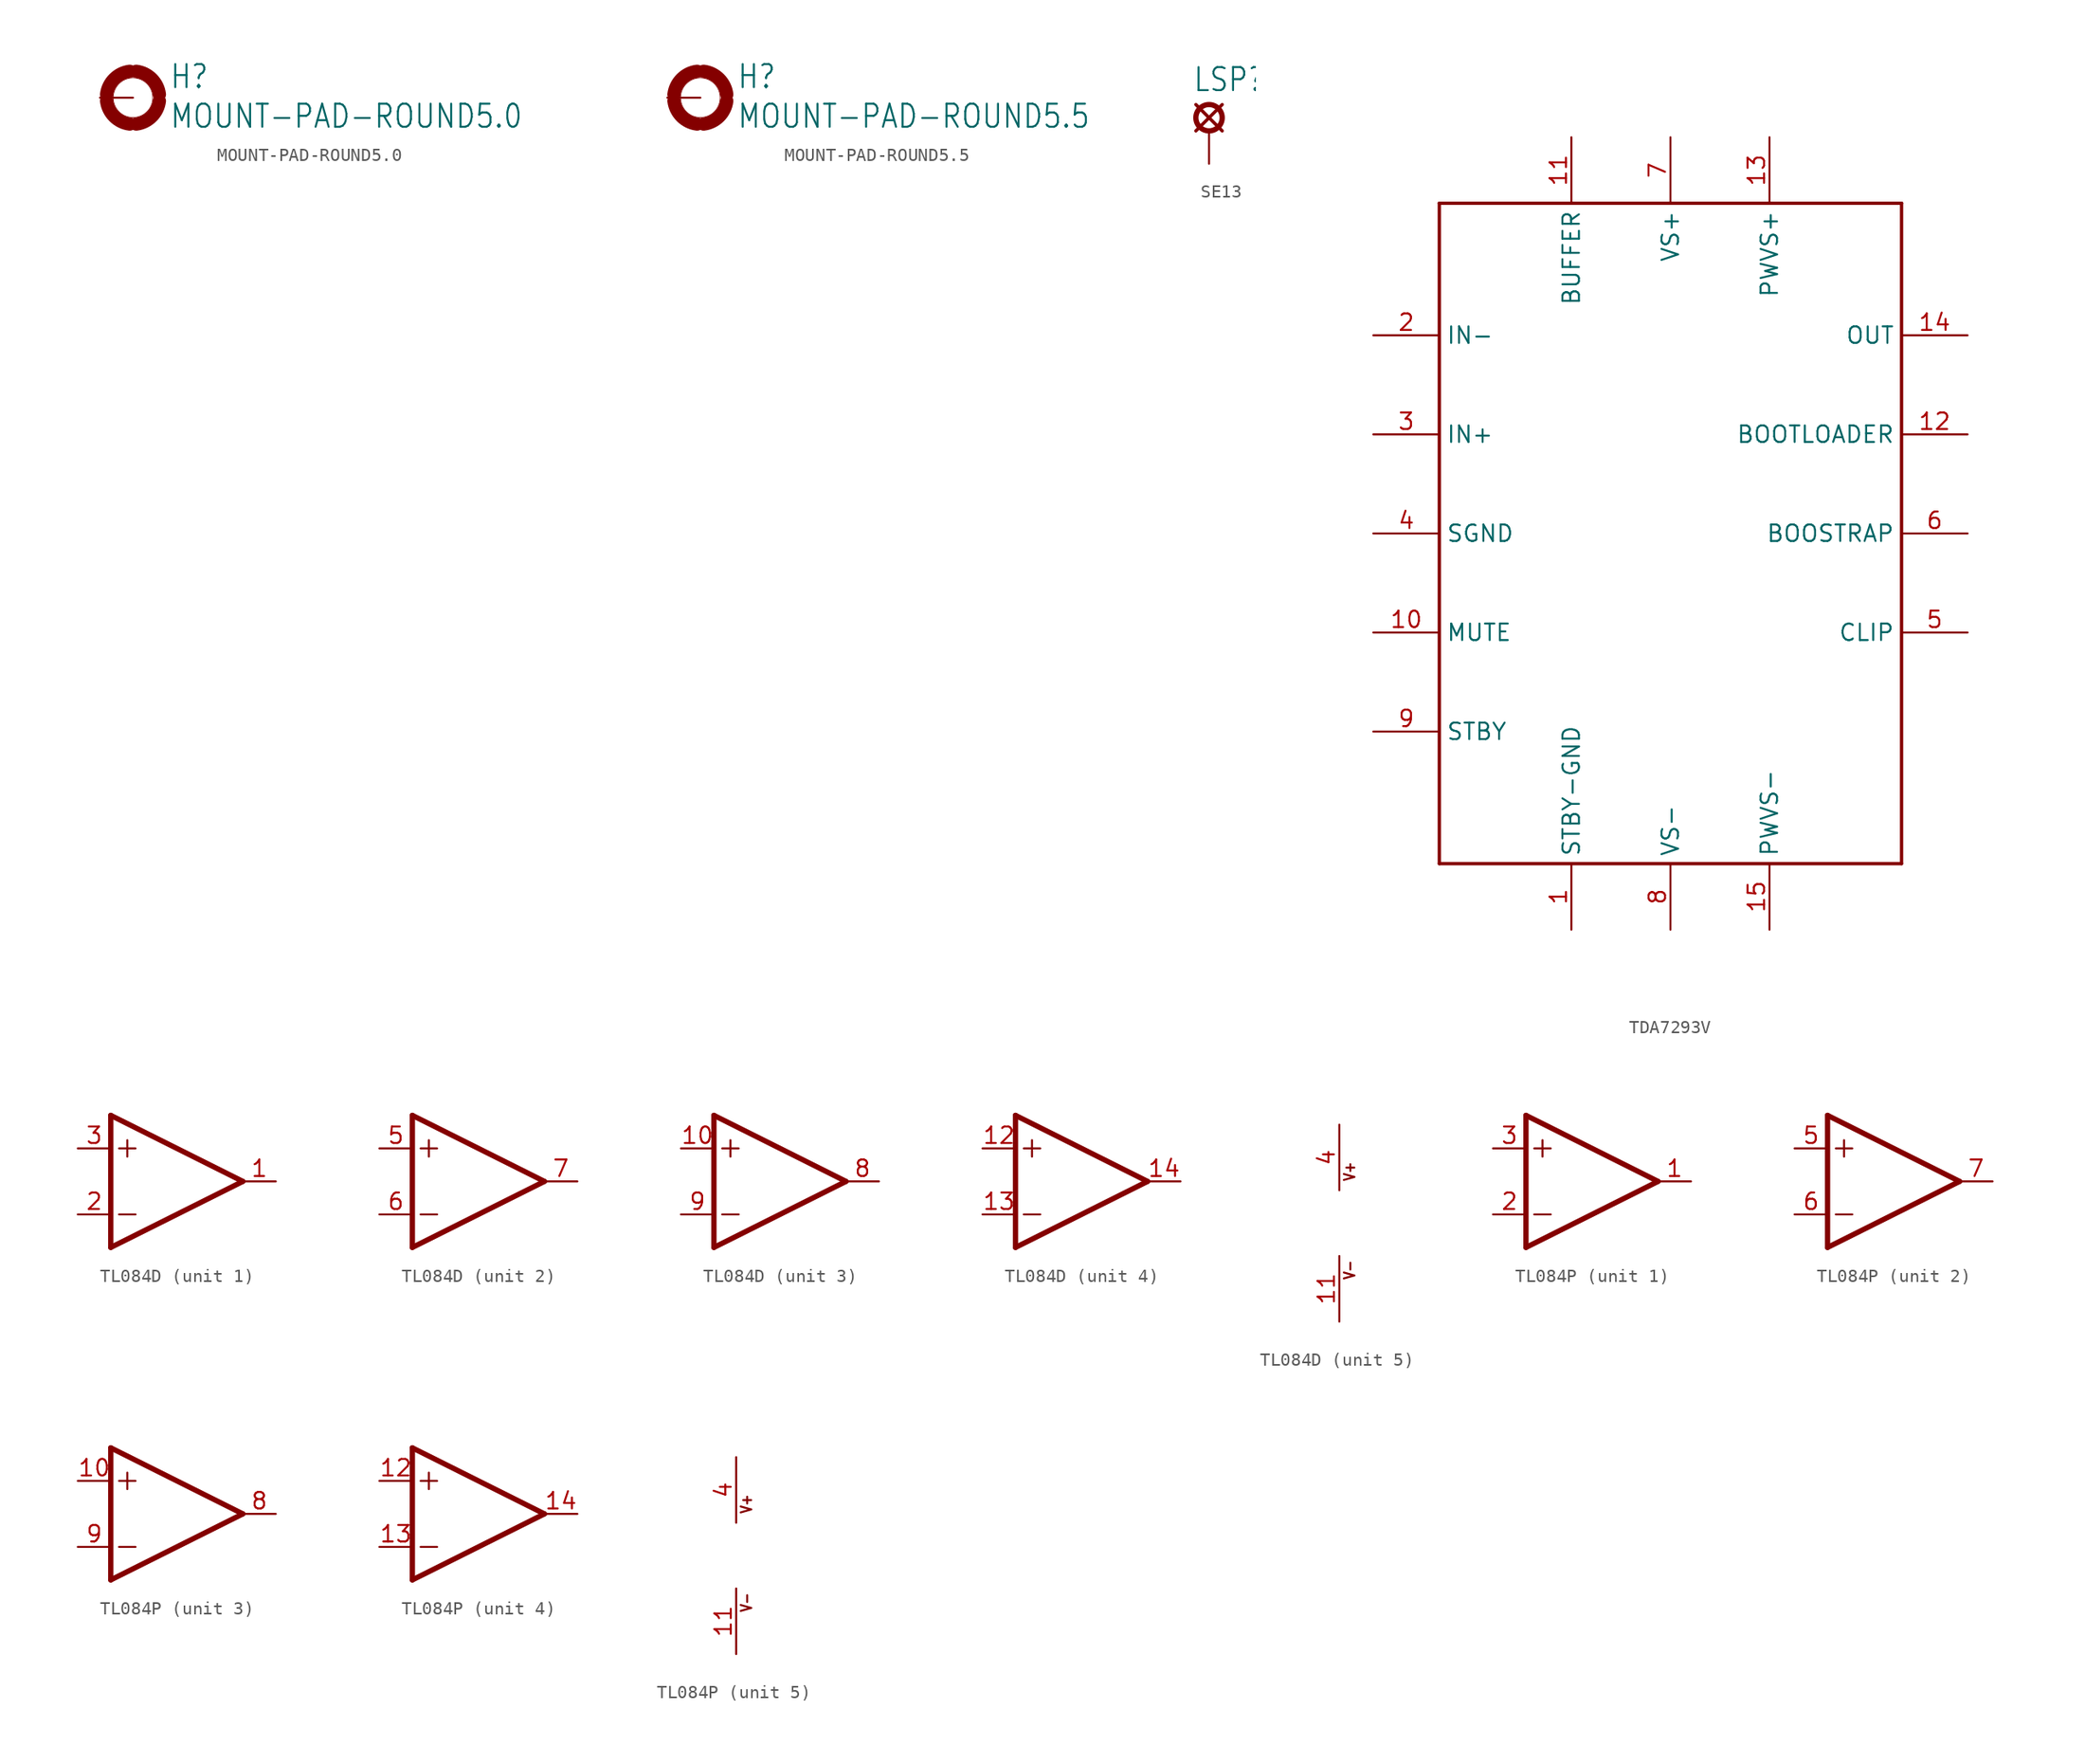
<source format=kicad_sym>
(kicad_symbol_lib
  (version 20211014)
  (generator kicad_symbol_editor)
  (symbol "MOUNT-PAD-ROUND5.0"
    (property "Reference" "H"
      (at 2.794 0.584 0)
      (effects (font (size 1.778 1.511)) (justify left bottom)))
    (property "Value" "MOUNT-PAD-ROUND5.0"
      (at 2.794 -2.464 0)
      (effects (font (size 1.778 1.511)) (justify left bottom)))
    (property "ki_locked" ""
      (at 0 0 0)
      (effects (font (size 1.27 1.27))))
    (symbol "MOUNT-PAD-ROUND5.0_1_0"
      (arc (start -2.032 -0.254) (mid -1.448 -1.448) (end -0.254 -2.032) (stroke (width 1.016) (type default) (color 0 0 0 0)) (fill (type none)))
      (arc (start -0.254 2.032) (mid -1.448 1.448) (end -2.032 0.254) (stroke (width 1.016) (type default) (color 0 0 0 0)) (fill (type none)))
      (circle (center 0 0) (radius 1.524) (stroke (width 0.051) (type default) (color 0 0 0 0)) (fill (type none)))
      (arc (start 0.254 -2.032) (mid 1.448 -1.448) (end 2.032 -0.254) (stroke (width 1.016) (type default) (color 0 0 0 0)) (fill (type none)))
      (arc (start 2.032 0.254) (mid 1.448 1.448) (end 0.254 2.032) (stroke (width 1.016) (type default) (color 0 0 0 0)) (fill (type none)))
      (pin passive line (at -2.54 0 0) (length 2.54) (name "MOUNT" (effects (font (size 0 0)))) (number "B5" (effects (font (size 0 0)))))))
  (symbol "MOUNT-PAD-ROUND5.5"
    (property "Reference" "H"
      (at 2.794 0.584 0)
      (effects (font (size 1.778 1.511)) (justify left bottom)))
    (property "Value" "MOUNT-PAD-ROUND5.5"
      (at 2.794 -2.464 0)
      (effects (font (size 1.778 1.511)) (justify left bottom)))
    (property "ki_locked" ""
      (at 0 0 0)
      (effects (font (size 1.27 1.27))))
    (symbol "MOUNT-PAD-ROUND5.5_1_0"
      (arc (start -2.032 -0.254) (mid -1.448 -1.448) (end -0.254 -2.032) (stroke (width 1.016) (type default) (color 0 0 0 0)) (fill (type none)))
      (arc (start -0.254 2.032) (mid -1.448 1.448) (end -2.032 0.254) (stroke (width 1.016) (type default) (color 0 0 0 0)) (fill (type none)))
      (circle (center 0 0) (radius 1.524) (stroke (width 0.051) (type default) (color 0 0 0 0)) (fill (type none)))
      (arc (start 0.254 -2.032) (mid 1.448 -1.448) (end 2.032 -0.254) (stroke (width 1.016) (type default) (color 0 0 0 0)) (fill (type none)))
      (arc (start 2.032 0.254) (mid 1.448 1.448) (end 0.254 2.032) (stroke (width 1.016) (type default) (color 0 0 0 0)) (fill (type none)))
      (pin passive line (at -2.54 0 0) (length 2.54) (name "MOUNT" (effects (font (size 0 0)))) (number "B5,5" (effects (font (size 0 0)))))))
  (symbol "SE13"
    (property "Reference" "LSP"
      (at -1.27 2.921 0)
      (effects (font (size 1.778 1.511)) (justify left bottom)))
    (property "ki_locked" ""
      (at 0 0 0)
      (effects (font (size 1.27 1.27))))
    (symbol "SE13_1_0"
      (polyline (pts (xy -1.016 0) (xy 1.016 2.032)) (stroke (width 0.254) (type default) (color 0 0 0 0)) (fill (type none)))
      (polyline (pts (xy -1.016 2.032) (xy 1.016 0)) (stroke (width 0.254) (type default) (color 0 0 0 0)) (fill (type none)))
      (circle (center 0 1.016) (radius 1.016) (stroke (width 0.406) (type default) (color 0 0 0 0)) (fill (type none)))
      (pin passive line (at 0 -2.54 90) (length 2.54) (name "MP" (effects (font (size 0 0)))) (number "MP" (effects (font (size 0 0)))))))
  (symbol "TDA7293V"
    (property "Reference" "IC"
      (at 0 0 0)
      (effects (font (size 1.27 1.27)) hide))
    (property "ki_locked" ""
      (at 0 0 0)
      (effects (font (size 1.27 1.27))))
    (symbol "TDA7293V_1_0"
      (polyline (pts (xy -12.7 -25.4) (xy -12.7 25.4)) (stroke (width 0.254) (type default) (color 0 0 0 0)) (fill (type none)))
      (polyline (pts (xy -12.7 25.4) (xy 22.86 25.4)) (stroke (width 0.254) (type default) (color 0 0 0 0)) (fill (type none)))
      (polyline (pts (xy 22.86 -25.4) (xy -12.7 -25.4)) (stroke (width 0.254) (type default) (color 0 0 0 0)) (fill (type none)))
      (polyline (pts (xy 22.86 25.4) (xy 22.86 -25.4)) (stroke (width 0.254) (type default) (color 0 0 0 0)) (fill (type none)))
      (pin power_in line (at -2.54 -30.48 90) (length 5.08) (name "STBY-GND" (effects (font (size 1.27 1.27)))) (number "1" (effects (font (size 1.27 1.27)))))
      (pin input line (at -17.78 -7.62 0) (length 5.08) (name "MUTE" (effects (font (size 1.27 1.27)))) (number "10" (effects (font (size 1.27 1.27)))))
      (pin passive line (at -2.54 30.48 270) (length 5.08) (name "BUFFER" (effects (font (size 1.27 1.27)))) (number "11" (effects (font (size 1.27 1.27)))))
      (pin passive line (at 27.94 7.62 180) (length 5.08) (name "BOOTLOADER" (effects (font (size 1.27 1.27)))) (number "12" (effects (font (size 1.27 1.27)))))
      (pin power_in line (at 12.7 30.48 270) (length 5.08) (name "PWVS+" (effects (font (size 1.27 1.27)))) (number "13" (effects (font (size 1.27 1.27)))))
      (pin output line (at 27.94 15.24 180) (length 5.08) (name "OUT" (effects (font (size 1.27 1.27)))) (number "14" (effects (font (size 1.27 1.27)))))
      (pin power_in line (at 12.7 -30.48 90) (length 5.08) (name "PWVS-" (effects (font (size 1.27 1.27)))) (number "15" (effects (font (size 1.27 1.27)))))
      (pin input line (at -17.78 15.24 0) (length 5.08) (name "IN-" (effects (font (size 1.27 1.27)))) (number "2" (effects (font (size 1.27 1.27)))))
      (pin input line (at -17.78 7.62 0) (length 5.08) (name "IN+" (effects (font (size 1.27 1.27)))) (number "3" (effects (font (size 1.27 1.27)))))
      (pin power_in line (at -17.78 0 0) (length 5.08) (name "SGND" (effects (font (size 1.27 1.27)))) (number "4" (effects (font (size 1.27 1.27)))))
      (pin open_collector line (at 27.94 -7.62 180) (length 5.08) (name "CLIP" (effects (font (size 1.27 1.27)))) (number "5" (effects (font (size 1.27 1.27)))))
      (pin passive line (at 27.94 0 180) (length 5.08) (name "BOOSTRAP" (effects (font (size 1.27 1.27)))) (number "6" (effects (font (size 1.27 1.27)))))
      (pin power_in line (at 5.08 30.48 270) (length 5.08) (name "VS+" (effects (font (size 1.27 1.27)))) (number "7" (effects (font (size 1.27 1.27)))))
      (pin power_in line (at 5.08 -30.48 90) (length 5.08) (name "VS-" (effects (font (size 1.27 1.27)))) (number "8" (effects (font (size 1.27 1.27)))))
      (pin input line (at -17.78 -15.24 0) (length 5.08) (name "STBY" (effects (font (size 1.27 1.27)))) (number "9" (effects (font (size 1.27 1.27)))))))
  (symbol "TL084D"
    (property "Reference" "IC"
      (at 2.54 3.175 0)
      (effects (font (size 1.778 1.511)) (justify left bottom) hide))
    (property "ki_locked" ""
      (at 0 0 0)
      (effects (font (size 1.27 1.27))))
    (symbol "TL084D_1_0"
      (polyline (pts (xy -5.08 -5.08) (xy 5.08 0)) (stroke (width 0.406) (type default) (color 0 0 0 0)) (fill (type none)))
      (polyline (pts (xy -5.08 5.08) (xy -5.08 -5.08)) (stroke (width 0.406) (type default) (color 0 0 0 0)) (fill (type none)))
      (polyline (pts (xy -4.445 -2.54) (xy -3.175 -2.54)) (stroke (width 0.152) (type default) (color 0 0 0 0)) (fill (type none)))
      (polyline (pts (xy -4.445 2.54) (xy -3.175 2.54)) (stroke (width 0.152) (type default) (color 0 0 0 0)) (fill (type none)))
      (polyline (pts (xy -3.81 3.175) (xy -3.81 1.905)) (stroke (width 0.152) (type default) (color 0 0 0 0)) (fill (type none)))
      (polyline (pts (xy 5.08 0) (xy -5.08 5.08)) (stroke (width 0.406) (type default) (color 0 0 0 0)) (fill (type none)))
      (pin output line (at 7.62 0 180) (length 2.54) (name "OUT" (effects (font (size 0 0)))) (number "1" (effects (font (size 1.27 1.27)))))
      (pin input line (at -7.62 -2.54 0) (length 2.54) (name "-IN" (effects (font (size 0 0)))) (number "2" (effects (font (size 1.27 1.27)))))
      (pin input line (at -7.62 2.54 0) (length 2.54) (name "+IN" (effects (font (size 0 0)))) (number "3" (effects (font (size 1.27 1.27))))))
    (symbol "TL084D_2_0"
      (polyline (pts (xy -5.08 -5.08) (xy 5.08 0)) (stroke (width 0.406) (type default) (color 0 0 0 0)) (fill (type none)))
      (polyline (pts (xy -5.08 5.08) (xy -5.08 -5.08)) (stroke (width 0.406) (type default) (color 0 0 0 0)) (fill (type none)))
      (polyline (pts (xy -4.445 -2.54) (xy -3.175 -2.54)) (stroke (width 0.152) (type default) (color 0 0 0 0)) (fill (type none)))
      (polyline (pts (xy -4.445 2.54) (xy -3.175 2.54)) (stroke (width 0.152) (type default) (color 0 0 0 0)) (fill (type none)))
      (polyline (pts (xy -3.81 3.175) (xy -3.81 1.905)) (stroke (width 0.152) (type default) (color 0 0 0 0)) (fill (type none)))
      (polyline (pts (xy 5.08 0) (xy -5.08 5.08)) (stroke (width 0.406) (type default) (color 0 0 0 0)) (fill (type none)))
      (pin input line (at -7.62 2.54 0) (length 2.54) (name "+IN" (effects (font (size 0 0)))) (number "5" (effects (font (size 1.27 1.27)))))
      (pin input line (at -7.62 -2.54 0) (length 2.54) (name "-IN" (effects (font (size 0 0)))) (number "6" (effects (font (size 1.27 1.27)))))
      (pin output line (at 7.62 0 180) (length 2.54) (name "OUT" (effects (font (size 0 0)))) (number "7" (effects (font (size 1.27 1.27))))))
    (symbol "TL084D_3_0"
      (polyline (pts (xy -5.08 -5.08) (xy 5.08 0)) (stroke (width 0.406) (type default) (color 0 0 0 0)) (fill (type none)))
      (polyline (pts (xy -5.08 5.08) (xy -5.08 -5.08)) (stroke (width 0.406) (type default) (color 0 0 0 0)) (fill (type none)))
      (polyline (pts (xy -4.445 -2.54) (xy -3.175 -2.54)) (stroke (width 0.152) (type default) (color 0 0 0 0)) (fill (type none)))
      (polyline (pts (xy -4.445 2.54) (xy -3.175 2.54)) (stroke (width 0.152) (type default) (color 0 0 0 0)) (fill (type none)))
      (polyline (pts (xy -3.81 3.175) (xy -3.81 1.905)) (stroke (width 0.152) (type default) (color 0 0 0 0)) (fill (type none)))
      (polyline (pts (xy 5.08 0) (xy -5.08 5.08)) (stroke (width 0.406) (type default) (color 0 0 0 0)) (fill (type none)))
      (pin input line (at -7.62 2.54 0) (length 2.54) (name "+IN" (effects (font (size 0 0)))) (number "10" (effects (font (size 1.27 1.27)))))
      (pin output line (at 7.62 0 180) (length 2.54) (name "OUT" (effects (font (size 0 0)))) (number "8" (effects (font (size 1.27 1.27)))))
      (pin input line (at -7.62 -2.54 0) (length 2.54) (name "-IN" (effects (font (size 0 0)))) (number "9" (effects (font (size 1.27 1.27))))))
    (symbol "TL084D_4_0"
      (polyline (pts (xy -5.08 -5.08) (xy 5.08 0)) (stroke (width 0.406) (type default) (color 0 0 0 0)) (fill (type none)))
      (polyline (pts (xy -5.08 5.08) (xy -5.08 -5.08)) (stroke (width 0.406) (type default) (color 0 0 0 0)) (fill (type none)))
      (polyline (pts (xy -4.445 -2.54) (xy -3.175 -2.54)) (stroke (width 0.152) (type default) (color 0 0 0 0)) (fill (type none)))
      (polyline (pts (xy -4.445 2.54) (xy -3.175 2.54)) (stroke (width 0.152) (type default) (color 0 0 0 0)) (fill (type none)))
      (polyline (pts (xy -3.81 3.175) (xy -3.81 1.905)) (stroke (width 0.152) (type default) (color 0 0 0 0)) (fill (type none)))
      (polyline (pts (xy 5.08 0) (xy -5.08 5.08)) (stroke (width 0.406) (type default) (color 0 0 0 0)) (fill (type none)))
      (pin input line (at -7.62 2.54 0) (length 2.54) (name "+IN" (effects (font (size 0 0)))) (number "12" (effects (font (size 1.27 1.27)))))
      (pin input line (at -7.62 -2.54 0) (length 2.54) (name "-IN" (effects (font (size 0 0)))) (number "13" (effects (font (size 1.27 1.27)))))
      (pin output line (at 7.62 0 180) (length 2.54) (name "OUT" (effects (font (size 0 0)))) (number "14" (effects (font (size 1.27 1.27))))))
    (symbol "TL084D_5_0"
      (text "V+" (at 1.27 3.175 900) (effects (font (size 0.813 0.691)) (justify left bottom)))
      (text "V-" (at 1.27 -4.445 900) (effects (font (size 0.813 0.691)) (justify left bottom)))
      (pin power_in line (at 0 -7.62 90) (length 5.08) (name "V-" (effects (font (size 0 0)))) (number "11" (effects (font (size 1.27 1.27)))))
      (pin power_in line (at 0 7.62 270) (length 5.08) (name "V+" (effects (font (size 0 0)))) (number "4" (effects (font (size 1.27 1.27)))))))
  (symbol "TL084P"
    (property "Reference" "IC"
      (at 2.54 3.175 0)
      (effects (font (size 1.778 1.511)) (justify left bottom) hide))
    (property "ki_locked" ""
      (at 0 0 0)
      (effects (font (size 1.27 1.27))))
    (symbol "TL084P_1_0"
      (polyline (pts (xy -5.08 -5.08) (xy 5.08 0)) (stroke (width 0.406) (type default) (color 0 0 0 0)) (fill (type none)))
      (polyline (pts (xy -5.08 5.08) (xy -5.08 -5.08)) (stroke (width 0.406) (type default) (color 0 0 0 0)) (fill (type none)))
      (polyline (pts (xy -4.445 -2.54) (xy -3.175 -2.54)) (stroke (width 0.152) (type default) (color 0 0 0 0)) (fill (type none)))
      (polyline (pts (xy -4.445 2.54) (xy -3.175 2.54)) (stroke (width 0.152) (type default) (color 0 0 0 0)) (fill (type none)))
      (polyline (pts (xy -3.81 3.175) (xy -3.81 1.905)) (stroke (width 0.152) (type default) (color 0 0 0 0)) (fill (type none)))
      (polyline (pts (xy 5.08 0) (xy -5.08 5.08)) (stroke (width 0.406) (type default) (color 0 0 0 0)) (fill (type none)))
      (pin output line (at 7.62 0 180) (length 2.54) (name "OUT" (effects (font (size 0 0)))) (number "1" (effects (font (size 1.27 1.27)))))
      (pin input line (at -7.62 -2.54 0) (length 2.54) (name "-IN" (effects (font (size 0 0)))) (number "2" (effects (font (size 1.27 1.27)))))
      (pin input line (at -7.62 2.54 0) (length 2.54) (name "+IN" (effects (font (size 0 0)))) (number "3" (effects (font (size 1.27 1.27))))))
    (symbol "TL084P_2_0"
      (polyline (pts (xy -5.08 -5.08) (xy 5.08 0)) (stroke (width 0.406) (type default) (color 0 0 0 0)) (fill (type none)))
      (polyline (pts (xy -5.08 5.08) (xy -5.08 -5.08)) (stroke (width 0.406) (type default) (color 0 0 0 0)) (fill (type none)))
      (polyline (pts (xy -4.445 -2.54) (xy -3.175 -2.54)) (stroke (width 0.152) (type default) (color 0 0 0 0)) (fill (type none)))
      (polyline (pts (xy -4.445 2.54) (xy -3.175 2.54)) (stroke (width 0.152) (type default) (color 0 0 0 0)) (fill (type none)))
      (polyline (pts (xy -3.81 3.175) (xy -3.81 1.905)) (stroke (width 0.152) (type default) (color 0 0 0 0)) (fill (type none)))
      (polyline (pts (xy 5.08 0) (xy -5.08 5.08)) (stroke (width 0.406) (type default) (color 0 0 0 0)) (fill (type none)))
      (pin input line (at -7.62 2.54 0) (length 2.54) (name "+IN" (effects (font (size 0 0)))) (number "5" (effects (font (size 1.27 1.27)))))
      (pin input line (at -7.62 -2.54 0) (length 2.54) (name "-IN" (effects (font (size 0 0)))) (number "6" (effects (font (size 1.27 1.27)))))
      (pin output line (at 7.62 0 180) (length 2.54) (name "OUT" (effects (font (size 0 0)))) (number "7" (effects (font (size 1.27 1.27))))))
    (symbol "TL084P_3_0"
      (polyline (pts (xy -5.08 -5.08) (xy 5.08 0)) (stroke (width 0.406) (type default) (color 0 0 0 0)) (fill (type none)))
      (polyline (pts (xy -5.08 5.08) (xy -5.08 -5.08)) (stroke (width 0.406) (type default) (color 0 0 0 0)) (fill (type none)))
      (polyline (pts (xy -4.445 -2.54) (xy -3.175 -2.54)) (stroke (width 0.152) (type default) (color 0 0 0 0)) (fill (type none)))
      (polyline (pts (xy -4.445 2.54) (xy -3.175 2.54)) (stroke (width 0.152) (type default) (color 0 0 0 0)) (fill (type none)))
      (polyline (pts (xy -3.81 3.175) (xy -3.81 1.905)) (stroke (width 0.152) (type default) (color 0 0 0 0)) (fill (type none)))
      (polyline (pts (xy 5.08 0) (xy -5.08 5.08)) (stroke (width 0.406) (type default) (color 0 0 0 0)) (fill (type none)))
      (pin input line (at -7.62 2.54 0) (length 2.54) (name "+IN" (effects (font (size 0 0)))) (number "10" (effects (font (size 1.27 1.27)))))
      (pin output line (at 7.62 0 180) (length 2.54) (name "OUT" (effects (font (size 0 0)))) (number "8" (effects (font (size 1.27 1.27)))))
      (pin input line (at -7.62 -2.54 0) (length 2.54) (name "-IN" (effects (font (size 0 0)))) (number "9" (effects (font (size 1.27 1.27))))))
    (symbol "TL084P_4_0"
      (polyline (pts (xy -5.08 -5.08) (xy 5.08 0)) (stroke (width 0.406) (type default) (color 0 0 0 0)) (fill (type none)))
      (polyline (pts (xy -5.08 5.08) (xy -5.08 -5.08)) (stroke (width 0.406) (type default) (color 0 0 0 0)) (fill (type none)))
      (polyline (pts (xy -4.445 -2.54) (xy -3.175 -2.54)) (stroke (width 0.152) (type default) (color 0 0 0 0)) (fill (type none)))
      (polyline (pts (xy -4.445 2.54) (xy -3.175 2.54)) (stroke (width 0.152) (type default) (color 0 0 0 0)) (fill (type none)))
      (polyline (pts (xy -3.81 3.175) (xy -3.81 1.905)) (stroke (width 0.152) (type default) (color 0 0 0 0)) (fill (type none)))
      (polyline (pts (xy 5.08 0) (xy -5.08 5.08)) (stroke (width 0.406) (type default) (color 0 0 0 0)) (fill (type none)))
      (pin input line (at -7.62 2.54 0) (length 2.54) (name "+IN" (effects (font (size 0 0)))) (number "12" (effects (font (size 1.27 1.27)))))
      (pin input line (at -7.62 -2.54 0) (length 2.54) (name "-IN" (effects (font (size 0 0)))) (number "13" (effects (font (size 1.27 1.27)))))
      (pin output line (at 7.62 0 180) (length 2.54) (name "OUT" (effects (font (size 0 0)))) (number "14" (effects (font (size 1.27 1.27))))))
    (symbol "TL084P_5_0"
      (text "V+" (at 1.27 3.175 900) (effects (font (size 0.813 0.691)) (justify left bottom)))
      (text "V-" (at 1.27 -4.445 900) (effects (font (size 0.813 0.691)) (justify left bottom)))
      (pin power_in line (at 0 -7.62 90) (length 5.08) (name "V-" (effects (font (size 0 0)))) (number "11" (effects (font (size 1.27 1.27)))))
      (pin power_in line (at 0 7.62 270) (length 5.08) (name "V+" (effects (font (size 0 0)))) (number "4" (effects (font (size 1.27 1.27))))))))
</source>
